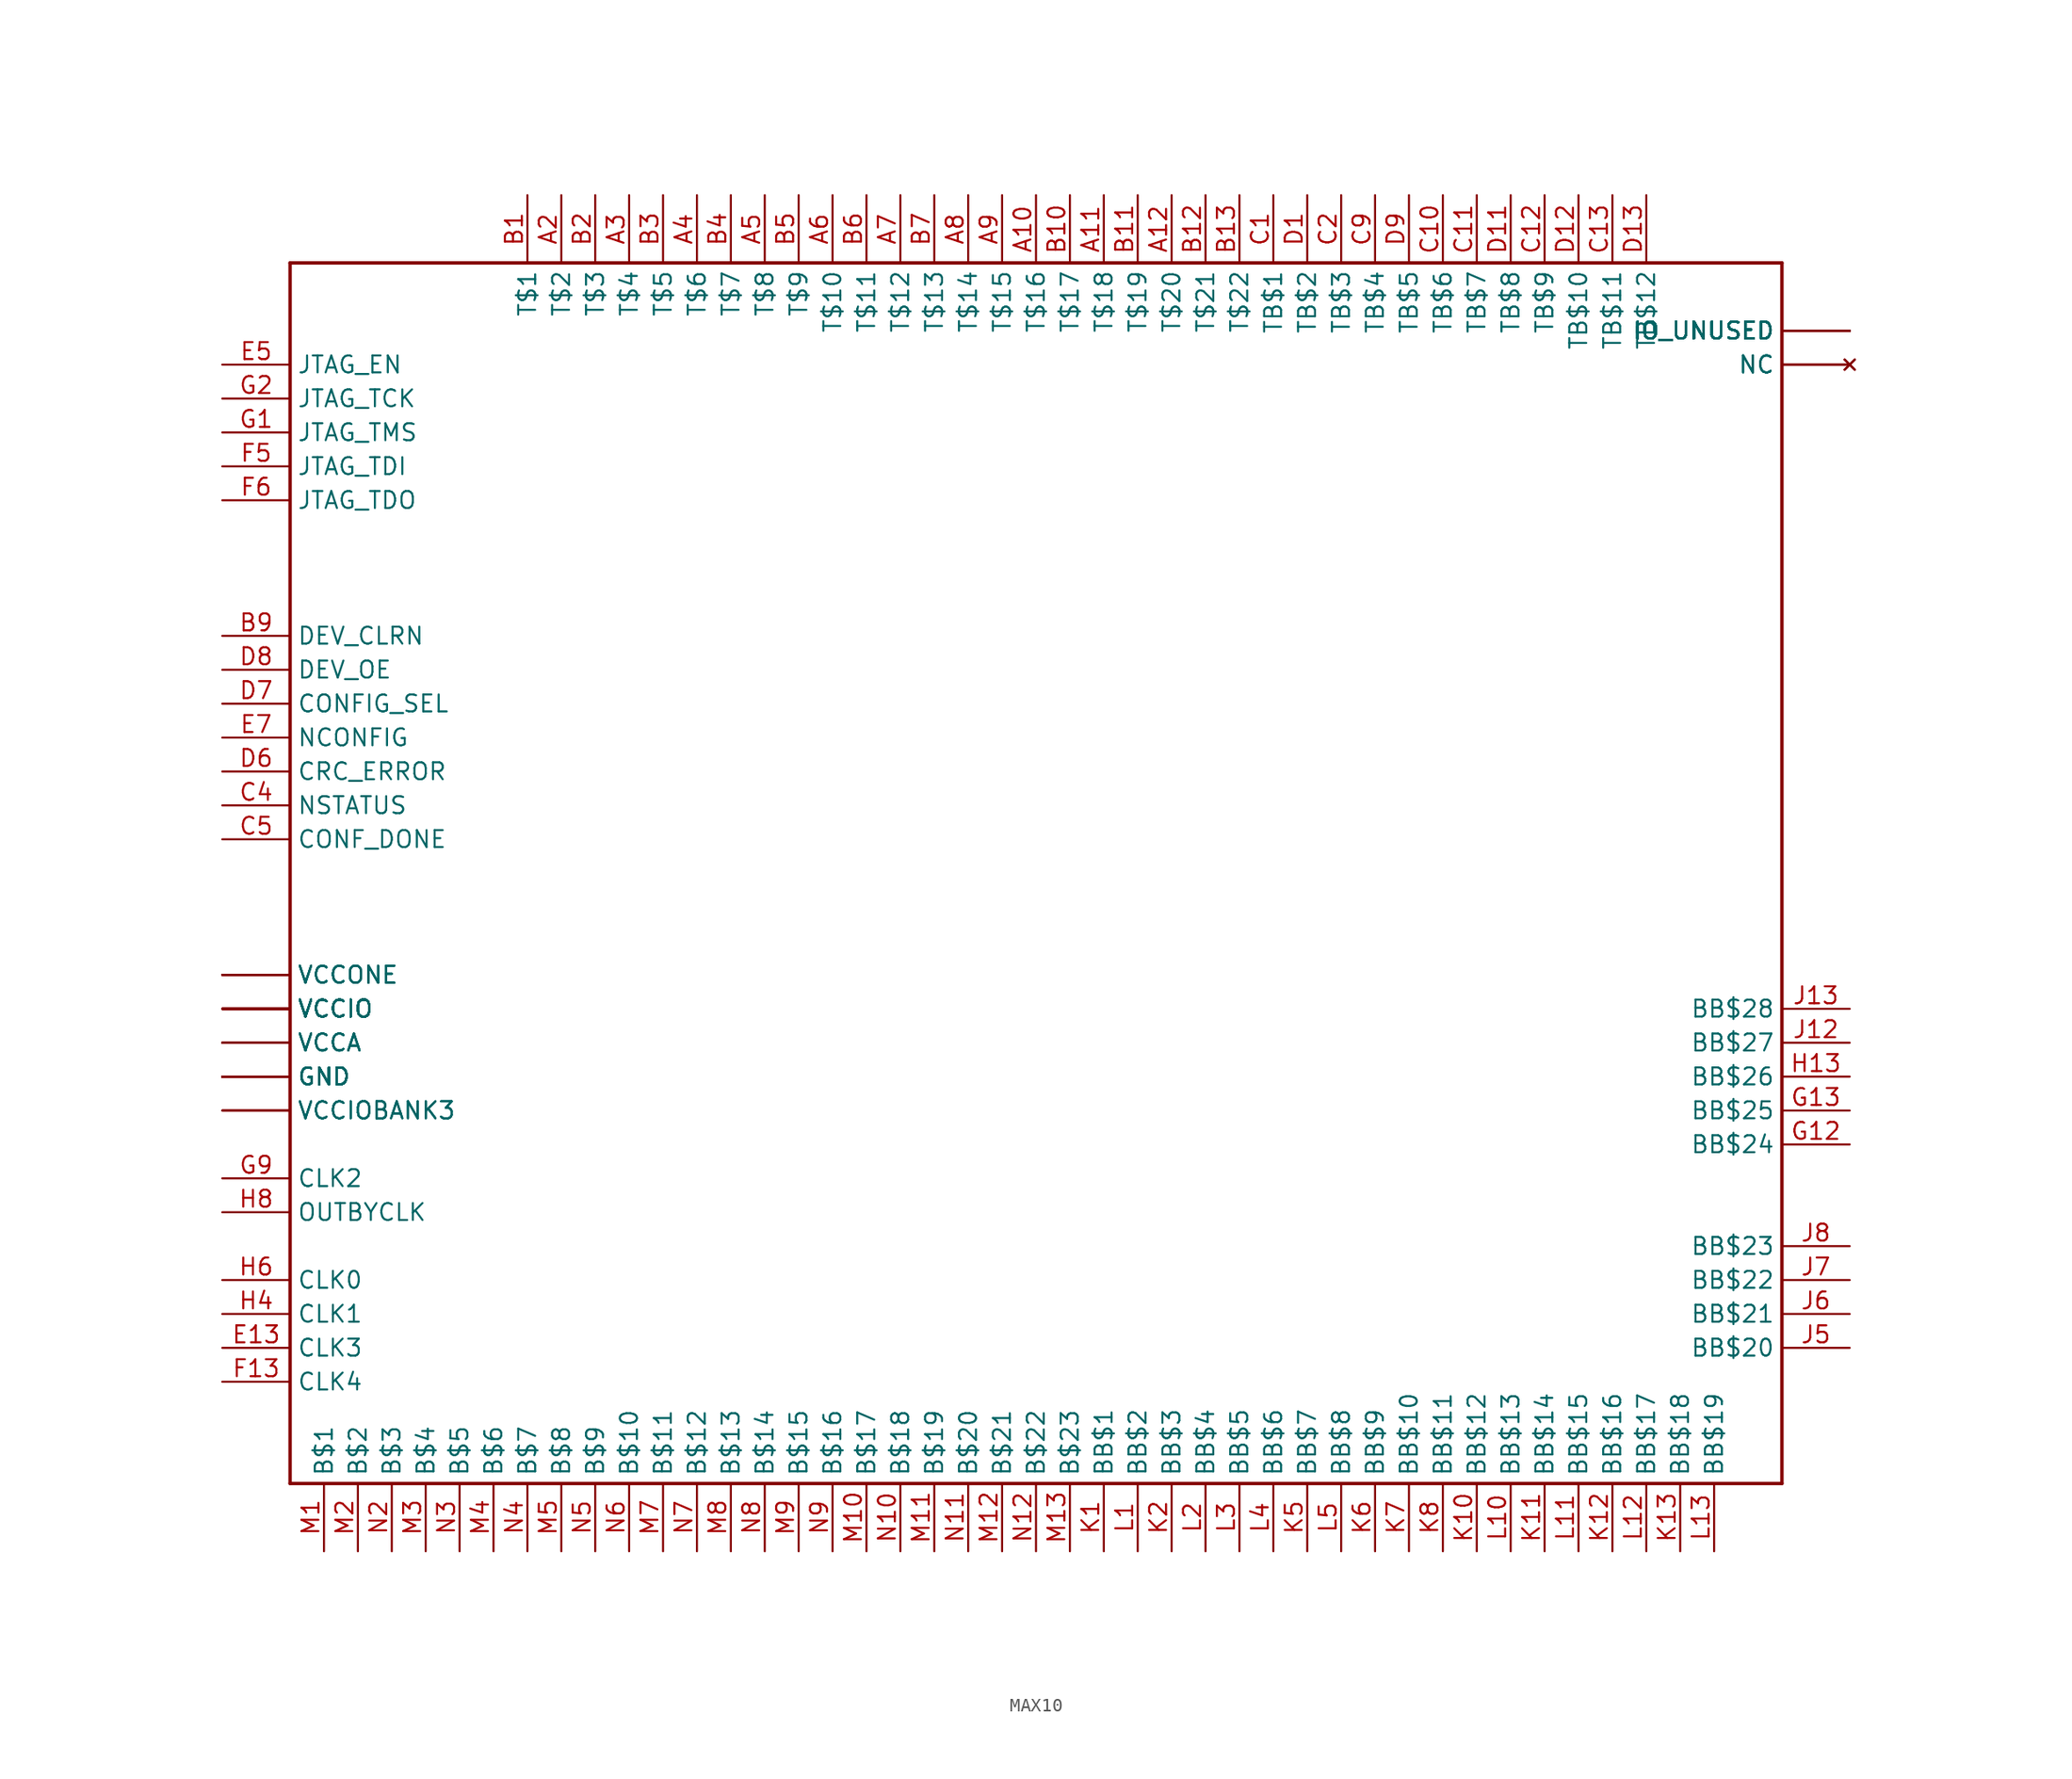
<source format=kicad_sym>
(kicad_symbol_lib
  (version 20231120)
  (generator "kicad_symbol_editor")
  (generator_version "8.0")
  (symbol "MAX10"
    (property "Reference" ""
      (at 0 0 0)
      (effects (font (size 1.27 1.27)) (hide yes)))
    (property "ki_locked" ""
      (at 0 0 0)
      (effects (font (size 1.27 1.27))))
    (symbol "MAX10_1_0"
      (polyline (pts (xy -68.58 -53.34) (xy -68.58 38.1)) (stroke (width 0.254) (type solid)) (fill (type none)))
      (polyline (pts (xy -68.58 38.1) (xy 43.18 38.1)) (stroke (width 0.254) (type solid)) (fill (type none)))
      (polyline (pts (xy 43.18 -53.34) (xy -68.58 -53.34)) (stroke (width 0.254) (type solid)) (fill (type none)))
      (polyline (pts (xy 43.18 38.1) (xy 43.18 -53.34)) (stroke (width 0.254) (type solid)) (fill (type none)))
      (pin power_in line (at -73.66 -22.86 0) (length 5.08) (name "GND" (effects (font (size 1.27 1.27)))) (number "A1" (effects (font (size 0 0)))))
      (pin bidirectional line (at -12.7 43.18 270) (length 5.08) (name "T$16" (effects (font (size 1.27 1.27)))) (number "A10" (effects (font (size 1.27 1.27)))))
      (pin bidirectional line (at -7.62 43.18 270) (length 5.08) (name "T$18" (effects (font (size 1.27 1.27)))) (number "A11" (effects (font (size 1.27 1.27)))))
      (pin bidirectional line (at -2.54 43.18 270) (length 5.08) (name "T$20" (effects (font (size 1.27 1.27)))) (number "A12" (effects (font (size 1.27 1.27)))))
      (pin power_in line (at -73.66 -22.86 0) (length 5.08) (name "GND" (effects (font (size 1.27 1.27)))) (number "A13" (effects (font (size 0 0)))))
      (pin bidirectional line (at -48.26 43.18 270) (length 5.08) (name "T$2" (effects (font (size 1.27 1.27)))) (number "A2" (effects (font (size 1.27 1.27)))))
      (pin bidirectional line (at -43.18 43.18 270) (length 5.08) (name "T$4" (effects (font (size 1.27 1.27)))) (number "A3" (effects (font (size 1.27 1.27)))))
      (pin bidirectional line (at -38.1 43.18 270) (length 5.08) (name "T$6" (effects (font (size 1.27 1.27)))) (number "A4" (effects (font (size 1.27 1.27)))))
      (pin bidirectional line (at -33.02 43.18 270) (length 5.08) (name "T$8" (effects (font (size 1.27 1.27)))) (number "A5" (effects (font (size 1.27 1.27)))))
      (pin bidirectional line (at -27.94 43.18 270) (length 5.08) (name "T$10" (effects (font (size 1.27 1.27)))) (number "A6" (effects (font (size 1.27 1.27)))))
      (pin bidirectional line (at -22.86 43.18 270) (length 5.08) (name "T$12" (effects (font (size 1.27 1.27)))) (number "A7" (effects (font (size 1.27 1.27)))))
      (pin bidirectional line (at -17.78 43.18 270) (length 5.08) (name "T$14" (effects (font (size 1.27 1.27)))) (number "A8" (effects (font (size 1.27 1.27)))))
      (pin bidirectional line (at -15.24 43.18 270) (length 5.08) (name "T$15" (effects (font (size 1.27 1.27)))) (number "A9" (effects (font (size 1.27 1.27)))))
      (pin bidirectional line (at -50.8 43.18 270) (length 5.08) (name "T$1" (effects (font (size 1.27 1.27)))) (number "B1" (effects (font (size 1.27 1.27)))))
      (pin bidirectional line (at -10.16 43.18 270) (length 5.08) (name "T$17" (effects (font (size 1.27 1.27)))) (number "B10" (effects (font (size 1.27 1.27)))))
      (pin bidirectional line (at -5.08 43.18 270) (length 5.08) (name "T$19" (effects (font (size 1.27 1.27)))) (number "B11" (effects (font (size 1.27 1.27)))))
      (pin bidirectional line (at 0 43.18 270) (length 5.08) (name "T$21" (effects (font (size 1.27 1.27)))) (number "B12" (effects (font (size 1.27 1.27)))))
      (pin bidirectional line (at 2.54 43.18 270) (length 5.08) (name "T$22" (effects (font (size 1.27 1.27)))) (number "B13" (effects (font (size 1.27 1.27)))))
      (pin bidirectional line (at -45.72 43.18 270) (length 5.08) (name "T$3" (effects (font (size 1.27 1.27)))) (number "B2" (effects (font (size 1.27 1.27)))))
      (pin bidirectional line (at -40.64 43.18 270) (length 5.08) (name "T$5" (effects (font (size 1.27 1.27)))) (number "B3" (effects (font (size 1.27 1.27)))))
      (pin bidirectional line (at -35.56 43.18 270) (length 5.08) (name "T$7" (effects (font (size 1.27 1.27)))) (number "B4" (effects (font (size 1.27 1.27)))))
      (pin bidirectional line (at -30.48 43.18 270) (length 5.08) (name "T$9" (effects (font (size 1.27 1.27)))) (number "B5" (effects (font (size 1.27 1.27)))))
      (pin bidirectional line (at -25.4 43.18 270) (length 5.08) (name "T$11" (effects (font (size 1.27 1.27)))) (number "B6" (effects (font (size 1.27 1.27)))))
      (pin bidirectional line (at -20.32 43.18 270) (length 5.08) (name "T$13" (effects (font (size 1.27 1.27)))) (number "B7" (effects (font (size 1.27 1.27)))))
      (pin power_in line (at -73.66 -22.86 0) (length 5.08) (name "GND" (effects (font (size 1.27 1.27)))) (number "B8" (effects (font (size 0 0)))))
      (pin bidirectional line (at -73.66 10.16 0) (length 5.08) (name "DEV_CLRN" (effects (font (size 1.27 1.27)))) (number "B9" (effects (font (size 1.27 1.27)))))
      (pin bidirectional line (at 5.08 43.18 270) (length 5.08) (name "TB$1" (effects (font (size 1.27 1.27)))) (number "C1" (effects (font (size 1.27 1.27)))))
      (pin bidirectional line (at 17.78 43.18 270) (length 5.08) (name "TB$6" (effects (font (size 1.27 1.27)))) (number "C10" (effects (font (size 1.27 1.27)))))
      (pin bidirectional line (at 20.32 43.18 270) (length 5.08) (name "TB$7" (effects (font (size 1.27 1.27)))) (number "C11" (effects (font (size 1.27 1.27)))))
      (pin bidirectional line (at 25.4 43.18 270) (length 5.08) (name "TB$9" (effects (font (size 1.27 1.27)))) (number "C12" (effects (font (size 1.27 1.27)))))
      (pin bidirectional line (at 30.48 43.18 270) (length 5.08) (name "TB$11" (effects (font (size 1.27 1.27)))) (number "C13" (effects (font (size 1.27 1.27)))))
      (pin bidirectional line (at 10.16 43.18 270) (length 5.08) (name "TB$3" (effects (font (size 1.27 1.27)))) (number "C2" (effects (font (size 1.27 1.27)))))
      (pin power_in line (at -73.66 -22.86 0) (length 5.08) (name "GND" (effects (font (size 1.27 1.27)))) (number "C3" (effects (font (size 0 0)))))
      (pin bidirectional line (at -73.66 -2.54 0) (length 5.08) (name "NSTATUS" (effects (font (size 1.27 1.27)))) (number "C4" (effects (font (size 1.27 1.27)))))
      (pin bidirectional line (at -73.66 -5.08 0) (length 5.08) (name "CONF_DONE" (effects (font (size 1.27 1.27)))) (number "C5" (effects (font (size 1.27 1.27)))))
      (pin power_in line (at -73.66 -17.78 0) (length 5.08) (name "VCCIO" (effects (font (size 1.27 1.27)))) (number "C6" (effects (font (size 0 0)))))
      (pin power_in line (at -73.66 -17.78 0) (length 5.08) (name "VCCIO" (effects (font (size 1.27 1.27)))) (number "C7" (effects (font (size 0 0)))))
      (pin power_in line (at -73.66 -17.78 0) (length 5.08) (name "VCCIO" (effects (font (size 1.27 1.27)))) (number "C8" (effects (font (size 0 0)))))
      (pin bidirectional line (at 12.7 43.18 270) (length 5.08) (name "TB$4" (effects (font (size 1.27 1.27)))) (number "C9" (effects (font (size 1.27 1.27)))))
      (pin bidirectional line (at 7.62 43.18 270) (length 5.08) (name "TB$2" (effects (font (size 1.27 1.27)))) (number "D1" (effects (font (size 1.27 1.27)))))
      (pin power_in line (at -73.66 -20.32 0) (length 5.08) (name "VCCA" (effects (font (size 1.27 1.27)))) (number "D10" (effects (font (size 0 0)))))
      (pin bidirectional line (at 22.86 43.18 270) (length 5.08) (name "TB$8" (effects (font (size 1.27 1.27)))) (number "D11" (effects (font (size 1.27 1.27)))))
      (pin bidirectional line (at 27.94 43.18 270) (length 5.08) (name "TB$10" (effects (font (size 1.27 1.27)))) (number "D12" (effects (font (size 1.27 1.27)))))
      (pin bidirectional line (at 33.02 43.18 270) (length 5.08) (name "TB$12" (effects (font (size 1.27 1.27)))) (number "D13" (effects (font (size 1.27 1.27)))))
      (pin no_connect line (at 48.26 30.48 180) (length 5.08) (name "NC" (effects (font (size 1.27 1.27)))) (number "D2" (effects (font (size 0 0)))))
      (pin no_connect line (at 48.26 30.48 180) (length 5.08) (name "NC" (effects (font (size 1.27 1.27)))) (number "D3" (effects (font (size 0 0)))))
      (pin power_in line (at -73.66 -20.32 0) (length 5.08) (name "VCCA" (effects (font (size 1.27 1.27)))) (number "D4" (effects (font (size 0 0)))))
      (pin power_in line (at -73.66 -22.86 0) (length 5.08) (name "GND" (effects (font (size 1.27 1.27)))) (number "D5" (effects (font (size 0 0)))))
      (pin bidirectional line (at -73.66 0 0) (length 5.08) (name "CRC_ERROR" (effects (font (size 1.27 1.27)))) (number "D6" (effects (font (size 1.27 1.27)))))
      (pin bidirectional line (at -73.66 5.08 0) (length 5.08) (name "CONFIG_SEL" (effects (font (size 1.27 1.27)))) (number "D7" (effects (font (size 1.27 1.27)))))
      (pin bidirectional line (at -73.66 7.62 0) (length 5.08) (name "DEV_OE" (effects (font (size 1.27 1.27)))) (number "D8" (effects (font (size 1.27 1.27)))))
      (pin bidirectional line (at 15.24 43.18 270) (length 5.08) (name "TB$5" (effects (font (size 1.27 1.27)))) (number "D9" (effects (font (size 1.27 1.27)))))
      (pin bidirectional line (at 48.26 33.02 180) (length 5.08) (name "IO_UNUSED" (effects (font (size 1.27 1.27)))) (number "E1" (effects (font (size 0 0)))))
      (pin bidirectional line (at 48.26 33.02 180) (length 5.08) (name "IO_UNUSED" (effects (font (size 1.27 1.27)))) (number "E10" (effects (font (size 0 0)))))
      (pin power_in line (at -73.66 -22.86 0) (length 5.08) (name "GND" (effects (font (size 1.27 1.27)))) (number "E11" (effects (font (size 0 0)))))
      (pin bidirectional line (at 48.26 33.02 180) (length 5.08) (name "IO_UNUSED" (effects (font (size 1.27 1.27)))) (number "E12" (effects (font (size 0 0)))))
      (pin bidirectional line (at -73.66 -43.18 0) (length 5.08) (name "CLK3" (effects (font (size 1.27 1.27)))) (number "E13" (effects (font (size 1.27 1.27)))))
      (pin no_connect line (at 48.26 30.48 180) (length 5.08) (name "NC" (effects (font (size 1.27 1.27)))) (number "E2" (effects (font (size 0 0)))))
      (pin bidirectional line (at 48.26 33.02 180) (length 5.08) (name "IO_UNUSED" (effects (font (size 1.27 1.27)))) (number "E3" (effects (font (size 0 0)))))
      (pin bidirectional line (at 48.26 33.02 180) (length 5.08) (name "IO_UNUSED" (effects (font (size 1.27 1.27)))) (number "E4" (effects (font (size 0 0)))))
      (pin bidirectional line (at -73.66 30.48 0) (length 5.08) (name "JTAG_EN" (effects (font (size 1.27 1.27)))) (number "E5" (effects (font (size 1.27 1.27)))))
      (pin bidirectional line (at 48.26 33.02 180) (length 5.08) (name "IO_UNUSED" (effects (font (size 1.27 1.27)))) (number "E6" (effects (font (size 0 0)))))
      (pin bidirectional line (at -73.66 2.54 0) (length 5.08) (name "NCONFIG" (effects (font (size 1.27 1.27)))) (number "E7" (effects (font (size 1.27 1.27)))))
      (pin bidirectional line (at 48.26 33.02 180) (length 5.08) (name "IO_UNUSED" (effects (font (size 1.27 1.27)))) (number "E8" (effects (font (size 0 0)))))
      (pin bidirectional line (at 48.26 33.02 180) (length 5.08) (name "IO_UNUSED" (effects (font (size 1.27 1.27)))) (number "E9" (effects (font (size 0 0)))))
      (pin bidirectional line (at 48.26 33.02 180) (length 5.08) (name "IO_UNUSED" (effects (font (size 1.27 1.27)))) (number "F1" (effects (font (size 0 0)))))
      (pin bidirectional line (at 48.26 33.02 180) (length 5.08) (name "IO_UNUSED" (effects (font (size 1.27 1.27)))) (number "F10" (effects (font (size 0 0)))))
      (pin power_in line (at -73.66 -17.78 0) (length 5.08) (name "VCCIO" (effects (font (size 1.27 1.27)))) (number "F11" (effects (font (size 0 0)))))
      (pin bidirectional line (at 48.26 33.02 180) (length 5.08) (name "IO_UNUSED" (effects (font (size 1.27 1.27)))) (number "F12" (effects (font (size 0 0)))))
      (pin bidirectional line (at -73.66 -45.72 0) (length 5.08) (name "CLK4" (effects (font (size 1.27 1.27)))) (number "F13" (effects (font (size 1.27 1.27)))))
      (pin power_in line (at -73.66 -17.78 0) (length 5.08) (name "VCCIO" (effects (font (size 1.27 1.27)))) (number "F2" (effects (font (size 0 0)))))
      (pin power_in line (at -73.66 -22.86 0) (length 5.08) (name "GND" (effects (font (size 1.27 1.27)))) (number "F3" (effects (font (size 0 0)))))
      (pin bidirectional line (at 48.26 33.02 180) (length 5.08) (name "IO_UNUSED" (effects (font (size 1.27 1.27)))) (number "F4" (effects (font (size 0 0)))))
      (pin bidirectional line (at -73.66 22.86 0) (length 5.08) (name "JTAG_TDI" (effects (font (size 1.27 1.27)))) (number "F5" (effects (font (size 1.27 1.27)))))
      (pin bidirectional line (at -73.66 20.32 0) (length 5.08) (name "JTAG_TDO" (effects (font (size 1.27 1.27)))) (number "F6" (effects (font (size 1.27 1.27)))))
      (pin power_in line (at -73.66 -15.24 0) (length 5.08) (name "VCCONE" (effects (font (size 1.27 1.27)))) (number "F7" (effects (font (size 0 0)))))
      (pin bidirectional line (at 48.26 33.02 180) (length 5.08) (name "IO_UNUSED" (effects (font (size 1.27 1.27)))) (number "F8" (effects (font (size 0 0)))))
      (pin bidirectional line (at 48.26 33.02 180) (length 5.08) (name "IO_UNUSED" (effects (font (size 1.27 1.27)))) (number "F9" (effects (font (size 0 0)))))
      (pin bidirectional line (at -73.66 25.4 0) (length 5.08) (name "JTAG_TMS" (effects (font (size 1.27 1.27)))) (number "G1" (effects (font (size 1.27 1.27)))))
      (pin bidirectional line (at 48.26 33.02 180) (length 5.08) (name "IO_UNUSED" (effects (font (size 1.27 1.27)))) (number "G10" (effects (font (size 0 0)))))
      (pin power_in line (at -73.66 -17.78 0) (length 5.08) (name "VCCIO" (effects (font (size 1.27 1.27)))) (number "G11" (effects (font (size 0 0)))))
      (pin bidirectional line (at 48.26 -27.94 180) (length 5.08) (name "BB$24" (effects (font (size 1.27 1.27)))) (number "G12" (effects (font (size 1.27 1.27)))))
      (pin bidirectional line (at 48.26 -25.4 180) (length 5.08) (name "BB$25" (effects (font (size 1.27 1.27)))) (number "G13" (effects (font (size 1.27 1.27)))))
      (pin bidirectional line (at -73.66 27.94 0) (length 5.08) (name "JTAG_TCK" (effects (font (size 1.27 1.27)))) (number "G2" (effects (font (size 1.27 1.27)))))
      (pin power_in line (at -73.66 -17.78 0) (length 5.08) (name "VCCIO" (effects (font (size 1.27 1.27)))) (number "G3" (effects (font (size 0 0)))))
      (pin bidirectional line (at 48.26 33.02 180) (length 5.08) (name "IO_UNUSED" (effects (font (size 1.27 1.27)))) (number "G4" (effects (font (size 0 0)))))
      (pin bidirectional line (at 48.26 33.02 180) (length 5.08) (name "IO_UNUSED" (effects (font (size 1.27 1.27)))) (number "G5" (effects (font (size 0 0)))))
      (pin power_in line (at -73.66 -15.24 0) (length 5.08) (name "VCCONE" (effects (font (size 1.27 1.27)))) (number "G6" (effects (font (size 0 0)))))
      (pin power_in line (at -73.66 -22.86 0) (length 5.08) (name "GND" (effects (font (size 1.27 1.27)))) (number "G7" (effects (font (size 0 0)))))
      (pin power_in line (at -73.66 -15.24 0) (length 5.08) (name "VCCONE" (effects (font (size 1.27 1.27)))) (number "G8" (effects (font (size 0 0)))))
      (pin bidirectional line (at -73.66 -30.48 0) (length 5.08) (name "CLK2" (effects (font (size 1.27 1.27)))) (number "G9" (effects (font (size 1.27 1.27)))))
      (pin bidirectional line (at 48.26 33.02 180) (length 5.08) (name "IO_UNUSED" (effects (font (size 1.27 1.27)))) (number "H1" (effects (font (size 0 0)))))
      (pin bidirectional line (at 48.26 33.02 180) (length 5.08) (name "IO_UNUSED" (effects (font (size 1.27 1.27)))) (number "H10" (effects (font (size 0 0)))))
      (pin power_in line (at -73.66 -17.78 0) (length 5.08) (name "VCCIO" (effects (font (size 1.27 1.27)))) (number "H11" (effects (font (size 0 0)))))
      (pin power_in line (at -73.66 -22.86 0) (length 5.08) (name "GND" (effects (font (size 1.27 1.27)))) (number "H12" (effects (font (size 0 0)))))
      (pin bidirectional line (at 48.26 -22.86 180) (length 5.08) (name "BB$26" (effects (font (size 1.27 1.27)))) (number "H13" (effects (font (size 1.27 1.27)))))
      (pin bidirectional line (at 48.26 33.02 180) (length 5.08) (name "IO_UNUSED" (effects (font (size 1.27 1.27)))) (number "H2" (effects (font (size 0 0)))))
      (pin bidirectional line (at 48.26 33.02 180) (length 5.08) (name "IO_UNUSED" (effects (font (size 1.27 1.27)))) (number "H3" (effects (font (size 0 0)))))
      (pin bidirectional line (at -73.66 -40.64 0) (length 5.08) (name "CLK1" (effects (font (size 1.27 1.27)))) (number "H4" (effects (font (size 1.27 1.27)))))
      (pin bidirectional line (at 48.26 33.02 180) (length 5.08) (name "IO_UNUSED" (effects (font (size 1.27 1.27)))) (number "H5" (effects (font (size 0 0)))))
      (pin bidirectional line (at -73.66 -38.1 0) (length 5.08) (name "CLK0" (effects (font (size 1.27 1.27)))) (number "H6" (effects (font (size 1.27 1.27)))))
      (pin power_in line (at -73.66 -15.24 0) (length 5.08) (name "VCCONE" (effects (font (size 1.27 1.27)))) (number "H7" (effects (font (size 0 0)))))
      (pin bidirectional line (at -73.66 -33.02 0) (length 5.08) (name "OUTBYCLK" (effects (font (size 1.27 1.27)))) (number "H8" (effects (font (size 1.27 1.27)))))
      (pin bidirectional line (at 48.26 33.02 180) (length 5.08) (name "IO_UNUSED" (effects (font (size 1.27 1.27)))) (number "H9" (effects (font (size 0 0)))))
      (pin bidirectional line (at 48.26 33.02 180) (length 5.08) (name "IO_UNUSED" (effects (font (size 1.27 1.27)))) (number "J1" (effects (font (size 0 0)))))
      (pin bidirectional line (at 48.26 33.02 180) (length 5.08) (name "IO_UNUSED" (effects (font (size 1.27 1.27)))) (number "J10" (effects (font (size 0 0)))))
      (pin power_in line (at -73.66 -17.78 0) (length 5.08) (name "VCCIO" (effects (font (size 1.27 1.27)))) (number "J11" (effects (font (size 0 0)))))
      (pin bidirectional line (at 48.26 -20.32 180) (length 5.08) (name "BB$27" (effects (font (size 1.27 1.27)))) (number "J12" (effects (font (size 1.27 1.27)))))
      (pin bidirectional line (at 48.26 -17.78 180) (length 5.08) (name "BB$28" (effects (font (size 1.27 1.27)))) (number "J13" (effects (font (size 1.27 1.27)))))
      (pin bidirectional line (at 48.26 33.02 180) (length 5.08) (name "IO_UNUSED" (effects (font (size 1.27 1.27)))) (number "J2" (effects (font (size 0 0)))))
      (pin power_in line (at -73.66 -17.78 0) (length 5.08) (name "VCCIO" (effects (font (size 1.27 1.27)))) (number "J3" (effects (font (size 0 0)))))
      (pin power_in line (at -73.66 -22.86 0) (length 5.08) (name "GND" (effects (font (size 1.27 1.27)))) (number "J4" (effects (font (size 0 0)))))
      (pin bidirectional line (at 48.26 -43.18 180) (length 5.08) (name "BB$20" (effects (font (size 1.27 1.27)))) (number "J5" (effects (font (size 1.27 1.27)))))
      (pin bidirectional line (at 48.26 -40.64 180) (length 5.08) (name "BB$21" (effects (font (size 1.27 1.27)))) (number "J6" (effects (font (size 1.27 1.27)))))
      (pin bidirectional line (at 48.26 -38.1 180) (length 5.08) (name "BB$22" (effects (font (size 1.27 1.27)))) (number "J7" (effects (font (size 1.27 1.27)))))
      (pin bidirectional line (at 48.26 -35.56 180) (length 5.08) (name "BB$23" (effects (font (size 1.27 1.27)))) (number "J8" (effects (font (size 1.27 1.27)))))
      (pin bidirectional line (at 48.26 33.02 180) (length 5.08) (name "IO_UNUSED" (effects (font (size 1.27 1.27)))) (number "J9" (effects (font (size 0 0)))))
      (pin bidirectional line (at -7.62 -58.42 90) (length 5.08) (name "BB$1" (effects (font (size 1.27 1.27)))) (number "K1" (effects (font (size 1.27 1.27)))))
      (pin bidirectional line (at 20.32 -58.42 90) (length 5.08) (name "BB$12" (effects (font (size 1.27 1.27)))) (number "K10" (effects (font (size 1.27 1.27)))))
      (pin bidirectional line (at 25.4 -58.42 90) (length 5.08) (name "BB$14" (effects (font (size 1.27 1.27)))) (number "K11" (effects (font (size 1.27 1.27)))))
      (pin bidirectional line (at 30.48 -58.42 90) (length 5.08) (name "BB$16" (effects (font (size 1.27 1.27)))) (number "K12" (effects (font (size 1.27 1.27)))))
      (pin bidirectional line (at 35.56 -58.42 90) (length 5.08) (name "BB$18" (effects (font (size 1.27 1.27)))) (number "K13" (effects (font (size 1.27 1.27)))))
      (pin bidirectional line (at -2.54 -58.42 90) (length 5.08) (name "BB$3" (effects (font (size 1.27 1.27)))) (number "K2" (effects (font (size 1.27 1.27)))))
      (pin power_in line (at -73.66 -17.78 0) (length 5.08) (name "VCCIO" (effects (font (size 1.27 1.27)))) (number "K3" (effects (font (size 0 0)))))
      (pin power_in line (at -73.66 -20.32 0) (length 5.08) (name "VCCA" (effects (font (size 1.27 1.27)))) (number "K4" (effects (font (size 0 0)))))
      (pin bidirectional line (at 7.62 -58.42 90) (length 5.08) (name "BB$7" (effects (font (size 1.27 1.27)))) (number "K5" (effects (font (size 1.27 1.27)))))
      (pin bidirectional line (at 12.7 -58.42 90) (length 5.08) (name "BB$9" (effects (font (size 1.27 1.27)))) (number "K6" (effects (font (size 1.27 1.27)))))
      (pin bidirectional line (at 15.24 -58.42 90) (length 5.08) (name "BB$10" (effects (font (size 1.27 1.27)))) (number "K7" (effects (font (size 1.27 1.27)))))
      (pin bidirectional line (at 17.78 -58.42 90) (length 5.08) (name "BB$11" (effects (font (size 1.27 1.27)))) (number "K8" (effects (font (size 1.27 1.27)))))
      (pin power_in line (at -73.66 -20.32 0) (length 5.08) (name "VCCA" (effects (font (size 1.27 1.27)))) (number "K9" (effects (font (size 0 0)))))
      (pin bidirectional line (at -5.08 -58.42 90) (length 5.08) (name "BB$2" (effects (font (size 1.27 1.27)))) (number "L1" (effects (font (size 1.27 1.27)))))
      (pin bidirectional line (at 22.86 -58.42 90) (length 5.08) (name "BB$13" (effects (font (size 1.27 1.27)))) (number "L10" (effects (font (size 1.27 1.27)))))
      (pin bidirectional line (at 27.94 -58.42 90) (length 5.08) (name "BB$15" (effects (font (size 1.27 1.27)))) (number "L11" (effects (font (size 1.27 1.27)))))
      (pin bidirectional line (at 33.02 -58.42 90) (length 5.08) (name "BB$17" (effects (font (size 1.27 1.27)))) (number "L12" (effects (font (size 1.27 1.27)))))
      (pin bidirectional line (at 38.1 -58.42 90) (length 5.08) (name "BB$19" (effects (font (size 1.27 1.27)))) (number "L13" (effects (font (size 1.27 1.27)))))
      (pin bidirectional line (at 0 -58.42 90) (length 5.08) (name "BB$4" (effects (font (size 1.27 1.27)))) (number "L2" (effects (font (size 1.27 1.27)))))
      (pin bidirectional line (at 2.54 -58.42 90) (length 5.08) (name "BB$5" (effects (font (size 1.27 1.27)))) (number "L3" (effects (font (size 1.27 1.27)))))
      (pin bidirectional line (at 5.08 -58.42 90) (length 5.08) (name "BB$6" (effects (font (size 1.27 1.27)))) (number "L4" (effects (font (size 1.27 1.27)))))
      (pin bidirectional line (at 10.16 -58.42 90) (length 5.08) (name "BB$8" (effects (font (size 1.27 1.27)))) (number "L5" (effects (font (size 1.27 1.27)))))
      (pin power_in line (at -73.66 -25.4 0) (length 5.08) (name "VCCIOBANK3" (effects (font (size 1.27 1.27)))) (number "L6" (effects (font (size 0 0)))))
      (pin power_in line (at -73.66 -25.4 0) (length 5.08) (name "VCCIOBANK3" (effects (font (size 1.27 1.27)))) (number "L7" (effects (font (size 0 0)))))
      (pin power_in line (at -73.66 -25.4 0) (length 5.08) (name "VCCIOBANK3" (effects (font (size 1.27 1.27)))) (number "L8" (effects (font (size 0 0)))))
      (pin power_in line (at -73.66 -22.86 0) (length 5.08) (name "GND" (effects (font (size 1.27 1.27)))) (number "L9" (effects (font (size 0 0)))))
      (pin bidirectional line (at -66.04 -58.42 90) (length 5.08) (name "B$1" (effects (font (size 1.27 1.27)))) (number "M1" (effects (font (size 1.27 1.27)))))
      (pin bidirectional line (at -25.4 -58.42 90) (length 5.08) (name "B$17" (effects (font (size 1.27 1.27)))) (number "M10" (effects (font (size 1.27 1.27)))))
      (pin bidirectional line (at -20.32 -58.42 90) (length 5.08) (name "B$19" (effects (font (size 1.27 1.27)))) (number "M11" (effects (font (size 1.27 1.27)))))
      (pin bidirectional line (at -15.24 -58.42 90) (length 5.08) (name "B$21" (effects (font (size 1.27 1.27)))) (number "M12" (effects (font (size 1.27 1.27)))))
      (pin bidirectional line (at -10.16 -58.42 90) (length 5.08) (name "B$23" (effects (font (size 1.27 1.27)))) (number "M13" (effects (font (size 1.27 1.27)))))
      (pin bidirectional line (at -63.5 -58.42 90) (length 5.08) (name "B$2" (effects (font (size 1.27 1.27)))) (number "M2" (effects (font (size 1.27 1.27)))))
      (pin bidirectional line (at -58.42 -58.42 90) (length 5.08) (name "B$4" (effects (font (size 1.27 1.27)))) (number "M3" (effects (font (size 1.27 1.27)))))
      (pin bidirectional line (at -53.34 -58.42 90) (length 5.08) (name "B$6" (effects (font (size 1.27 1.27)))) (number "M4" (effects (font (size 1.27 1.27)))))
      (pin bidirectional line (at -48.26 -58.42 90) (length 5.08) (name "B$8" (effects (font (size 1.27 1.27)))) (number "M5" (effects (font (size 1.27 1.27)))))
      (pin power_in line (at -73.66 -22.86 0) (length 5.08) (name "GND" (effects (font (size 1.27 1.27)))) (number "M6" (effects (font (size 0 0)))))
      (pin bidirectional line (at -40.64 -58.42 90) (length 5.08) (name "B$11" (effects (font (size 1.27 1.27)))) (number "M7" (effects (font (size 1.27 1.27)))))
      (pin bidirectional line (at -35.56 -58.42 90) (length 5.08) (name "B$13" (effects (font (size 1.27 1.27)))) (number "M8" (effects (font (size 1.27 1.27)))))
      (pin bidirectional line (at -30.48 -58.42 90) (length 5.08) (name "B$15" (effects (font (size 1.27 1.27)))) (number "M9" (effects (font (size 1.27 1.27)))))
      (pin power_in line (at -73.66 -22.86 0) (length 5.08) (name "GND" (effects (font (size 1.27 1.27)))) (number "N1" (effects (font (size 0 0)))))
      (pin bidirectional line (at -22.86 -58.42 90) (length 5.08) (name "B$18" (effects (font (size 1.27 1.27)))) (number "N10" (effects (font (size 1.27 1.27)))))
      (pin bidirectional line (at -17.78 -58.42 90) (length 5.08) (name "B$20" (effects (font (size 1.27 1.27)))) (number "N11" (effects (font (size 1.27 1.27)))))
      (pin bidirectional line (at -12.7 -58.42 90) (length 5.08) (name "B$22" (effects (font (size 1.27 1.27)))) (number "N12" (effects (font (size 1.27 1.27)))))
      (pin power_in line (at -73.66 -22.86 0) (length 5.08) (name "GND" (effects (font (size 1.27 1.27)))) (number "N13" (effects (font (size 0 0)))))
      (pin bidirectional line (at -60.96 -58.42 90) (length 5.08) (name "B$3" (effects (font (size 1.27 1.27)))) (number "N2" (effects (font (size 1.27 1.27)))))
      (pin bidirectional line (at -55.88 -58.42 90) (length 5.08) (name "B$5" (effects (font (size 1.27 1.27)))) (number "N3" (effects (font (size 1.27 1.27)))))
      (pin bidirectional line (at -50.8 -58.42 90) (length 5.08) (name "B$7" (effects (font (size 1.27 1.27)))) (number "N4" (effects (font (size 1.27 1.27)))))
      (pin bidirectional line (at -45.72 -58.42 90) (length 5.08) (name "B$9" (effects (font (size 1.27 1.27)))) (number "N5" (effects (font (size 1.27 1.27)))))
      (pin bidirectional line (at -43.18 -58.42 90) (length 5.08) (name "B$10" (effects (font (size 1.27 1.27)))) (number "N6" (effects (font (size 1.27 1.27)))))
      (pin bidirectional line (at -38.1 -58.42 90) (length 5.08) (name "B$12" (effects (font (size 1.27 1.27)))) (number "N7" (effects (font (size 1.27 1.27)))))
      (pin bidirectional line (at -33.02 -58.42 90) (length 5.08) (name "B$14" (effects (font (size 1.27 1.27)))) (number "N8" (effects (font (size 1.27 1.27)))))
      (pin bidirectional line (at -27.94 -58.42 90) (length 5.08) (name "B$16" (effects (font (size 1.27 1.27)))) (number "N9" (effects (font (size 1.27 1.27))))))))
</source>
